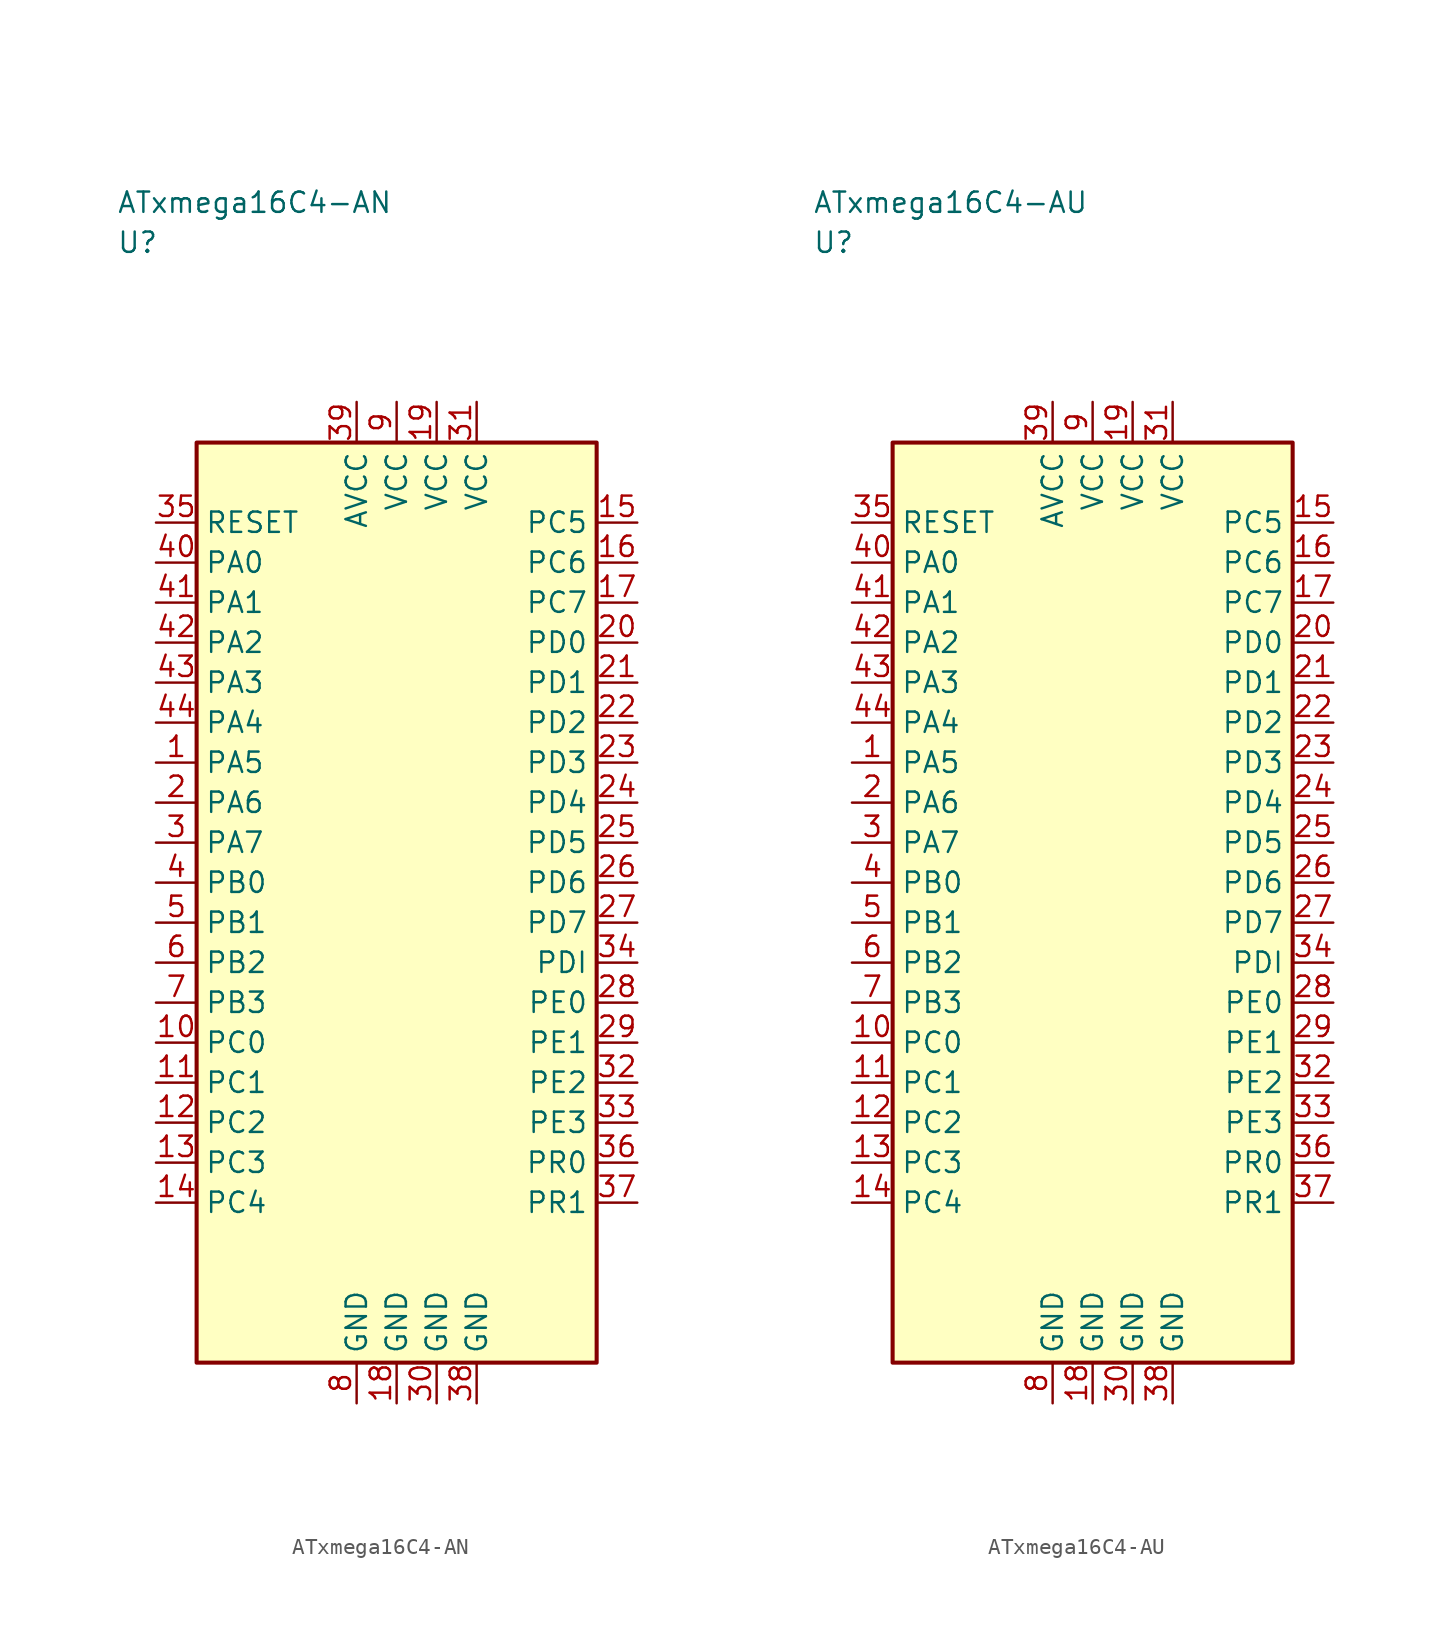
<source format=kicad_sym>
(kicad_symbol_lib
  (version 20241025)
  (generator "kicad_symbol_editor")
  (generator_version "8.0")
  (symbol "ATxmega16C4-AN"
    (property "Reference" "U"
      (at -17.5 41.25 0)
      (effects (font (size 1.27 1.27)) (justify left)))
    (property "Value" "ATxmega16C4-AN"
      (at -17.5 43.75 0)
      (effects (font (size 1.27 1.27)) (justify left)))
    (symbol "ATxmega16C4-AN_0_1"
      (rectangle (start -12.5 28.75) (end 12.5 -28.75) (stroke (width 0.254) (type default)) (fill (type background))))
    (symbol "ATxmega16C4-AN_1_1"
      (pin bidirectional line (at -15.04 8.75 0.0) (length 2.54) (name "PA5" (effects (font (size 1.27 1.27)))) (number "1" (effects (font (size 1.27 1.27)))))
      (pin bidirectional line (at -15.04 6.25 0.0) (length 2.54) (name "PA6" (effects (font (size 1.27 1.27)))) (number "2" (effects (font (size 1.27 1.27)))))
      (pin bidirectional line (at -15.04 3.75 0.0) (length 2.54) (name "PA7" (effects (font (size 1.27 1.27)))) (number "3" (effects (font (size 1.27 1.27)))))
      (pin bidirectional line (at -15.04 1.25 0.0) (length 2.54) (name "PB0" (effects (font (size 1.27 1.27)))) (number "4" (effects (font (size 1.27 1.27)))))
      (pin bidirectional line (at -15.04 -1.25 0.0) (length 2.54) (name "PB1" (effects (font (size 1.27 1.27)))) (number "5" (effects (font (size 1.27 1.27)))))
      (pin bidirectional line (at -15.04 -3.75 0.0) (length 2.54) (name "PB2" (effects (font (size 1.27 1.27)))) (number "6" (effects (font (size 1.27 1.27)))))
      (pin bidirectional line (at -15.04 -6.25 0.0) (length 2.54) (name "PB3" (effects (font (size 1.27 1.27)))) (number "7" (effects (font (size 1.27 1.27)))))
      (pin passive line (at -2.5 -31.29 90.0) (length 2.54) (name "GND" (effects (font (size 1.27 1.27)))) (number "8" (effects (font (size 1.27 1.27)))))
      (pin power_in line (at 0.0 31.29 270.0) (length 2.54) (name "VCC" (effects (font (size 1.27 1.27)))) (number "9" (effects (font (size 1.27 1.27)))))
      (pin bidirectional line (at -15.04 -8.75 0.0) (length 2.54) (name "PC0" (effects (font (size 1.27 1.27)))) (number "10" (effects (font (size 1.27 1.27)))))
      (pin bidirectional line (at -15.04 -11.25 0.0) (length 2.54) (name "PC1" (effects (font (size 1.27 1.27)))) (number "11" (effects (font (size 1.27 1.27)))))
      (pin bidirectional line (at -15.04 -13.75 0.0) (length 2.54) (name "PC2" (effects (font (size 1.27 1.27)))) (number "12" (effects (font (size 1.27 1.27)))))
      (pin bidirectional line (at -15.04 -16.25 0.0) (length 2.54) (name "PC3" (effects (font (size 1.27 1.27)))) (number "13" (effects (font (size 1.27 1.27)))))
      (pin bidirectional line (at -15.04 -18.75 0.0) (length 2.54) (name "PC4" (effects (font (size 1.27 1.27)))) (number "14" (effects (font (size 1.27 1.27)))))
      (pin bidirectional line (at 15.04 23.75 180.0) (length 2.54) (name "PC5" (effects (font (size 1.27 1.27)))) (number "15" (effects (font (size 1.27 1.27)))))
      (pin bidirectional line (at 15.04 21.25 180.0) (length 2.54) (name "PC6" (effects (font (size 1.27 1.27)))) (number "16" (effects (font (size 1.27 1.27)))))
      (pin bidirectional line (at 15.04 18.75 180.0) (length 2.54) (name "PC7" (effects (font (size 1.27 1.27)))) (number "17" (effects (font (size 1.27 1.27)))))
      (pin passive line (at 0.0 -31.29 90.0) (length 2.54) (name "GND" (effects (font (size 1.27 1.27)))) (number "18" (effects (font (size 1.27 1.27)))))
      (pin power_in line (at 2.5 31.29 270.0) (length 2.54) (name "VCC" (effects (font (size 1.27 1.27)))) (number "19" (effects (font (size 1.27 1.27)))))
      (pin bidirectional line (at 15.04 16.25 180.0) (length 2.54) (name "PD0" (effects (font (size 1.27 1.27)))) (number "20" (effects (font (size 1.27 1.27)))))
      (pin bidirectional line (at 15.04 13.75 180.0) (length 2.54) (name "PD1" (effects (font (size 1.27 1.27)))) (number "21" (effects (font (size 1.27 1.27)))))
      (pin bidirectional line (at 15.04 11.25 180.0) (length 2.54) (name "PD2" (effects (font (size 1.27 1.27)))) (number "22" (effects (font (size 1.27 1.27)))))
      (pin bidirectional line (at 15.04 8.75 180.0) (length 2.54) (name "PD3" (effects (font (size 1.27 1.27)))) (number "23" (effects (font (size 1.27 1.27)))))
      (pin bidirectional line (at 15.04 6.25 180.0) (length 2.54) (name "PD4" (effects (font (size 1.27 1.27)))) (number "24" (effects (font (size 1.27 1.27)))))
      (pin bidirectional line (at 15.04 3.75 180.0) (length 2.54) (name "PD5" (effects (font (size 1.27 1.27)))) (number "25" (effects (font (size 1.27 1.27)))))
      (pin bidirectional line (at 15.04 1.25 180.0) (length 2.54) (name "PD6" (effects (font (size 1.27 1.27)))) (number "26" (effects (font (size 1.27 1.27)))))
      (pin bidirectional line (at 15.04 -1.25 180.0) (length 2.54) (name "PD7" (effects (font (size 1.27 1.27)))) (number "27" (effects (font (size 1.27 1.27)))))
      (pin bidirectional line (at 15.04 -6.25 180.0) (length 2.54) (name "PE0" (effects (font (size 1.27 1.27)))) (number "28" (effects (font (size 1.27 1.27)))))
      (pin bidirectional line (at 15.04 -8.75 180.0) (length 2.54) (name "PE1" (effects (font (size 1.27 1.27)))) (number "29" (effects (font (size 1.27 1.27)))))
      (pin passive line (at 2.5 -31.29 90.0) (length 2.54) (name "GND" (effects (font (size 1.27 1.27)))) (number "30" (effects (font (size 1.27 1.27)))))
      (pin power_in line (at 5.0 31.29 270.0) (length 2.54) (name "VCC" (effects (font (size 1.27 1.27)))) (number "31" (effects (font (size 1.27 1.27)))))
      (pin bidirectional line (at 15.04 -11.25 180.0) (length 2.54) (name "PE2" (effects (font (size 1.27 1.27)))) (number "32" (effects (font (size 1.27 1.27)))))
      (pin bidirectional line (at 15.04 -13.75 180.0) (length 2.54) (name "PE3" (effects (font (size 1.27 1.27)))) (number "33" (effects (font (size 1.27 1.27)))))
      (pin bidirectional line (at 15.04 -3.75 180.0) (length 2.54) (name "PDI" (effects (font (size 1.27 1.27)))) (number "34" (effects (font (size 1.27 1.27)))))
      (pin input line (at -15.04 23.75 0.0) (length 2.54) (name "RESET" (effects (font (size 1.27 1.27)))) (number "35" (effects (font (size 1.27 1.27)))))
      (pin bidirectional line (at 15.04 -16.25 180.0) (length 2.54) (name "PR0" (effects (font (size 1.27 1.27)))) (number "36" (effects (font (size 1.27 1.27)))))
      (pin bidirectional line (at 15.04 -18.75 180.0) (length 2.54) (name "PR1" (effects (font (size 1.27 1.27)))) (number "37" (effects (font (size 1.27 1.27)))))
      (pin passive line (at 5.0 -31.29 90.0) (length 2.54) (name "GND" (effects (font (size 1.27 1.27)))) (number "38" (effects (font (size 1.27 1.27)))))
      (pin power_in line (at -2.5 31.29 270.0) (length 2.54) (name "AVCC" (effects (font (size 1.27 1.27)))) (number "39" (effects (font (size 1.27 1.27)))))
      (pin bidirectional line (at -15.04 21.25 0.0) (length 2.54) (name "PA0" (effects (font (size 1.27 1.27)))) (number "40" (effects (font (size 1.27 1.27)))))
      (pin bidirectional line (at -15.04 18.75 0.0) (length 2.54) (name "PA1" (effects (font (size 1.27 1.27)))) (number "41" (effects (font (size 1.27 1.27)))))
      (pin bidirectional line (at -15.04 16.25 0.0) (length 2.54) (name "PA2" (effects (font (size 1.27 1.27)))) (number "42" (effects (font (size 1.27 1.27)))))
      (pin bidirectional line (at -15.04 13.75 0.0) (length 2.54) (name "PA3" (effects (font (size 1.27 1.27)))) (number "43" (effects (font (size 1.27 1.27)))))
      (pin bidirectional line (at -15.04 11.25 0.0) (length 2.54) (name "PA4" (effects (font (size 1.27 1.27)))) (number "44" (effects (font (size 1.27 1.27)))))))
  (symbol "ATxmega16C4-AU"
    (property "Reference" "U"
      (at -17.5 41.25 0)
      (effects (font (size 1.27 1.27)) (justify left)))
    (property "Value" "ATxmega16C4-AU"
      (at -17.5 43.75 0)
      (effects (font (size 1.27 1.27)) (justify left)))
    (symbol "ATxmega16C4-AU_0_1"
      (rectangle (start -12.5 28.75) (end 12.5 -28.75) (stroke (width 0.254) (type default)) (fill (type background))))
    (symbol "ATxmega16C4-AU_1_1"
      (pin bidirectional line (at -15.04 8.75 0.0) (length 2.54) (name "PA5" (effects (font (size 1.27 1.27)))) (number "1" (effects (font (size 1.27 1.27)))))
      (pin bidirectional line (at -15.04 6.25 0.0) (length 2.54) (name "PA6" (effects (font (size 1.27 1.27)))) (number "2" (effects (font (size 1.27 1.27)))))
      (pin bidirectional line (at -15.04 3.75 0.0) (length 2.54) (name "PA7" (effects (font (size 1.27 1.27)))) (number "3" (effects (font (size 1.27 1.27)))))
      (pin bidirectional line (at -15.04 1.25 0.0) (length 2.54) (name "PB0" (effects (font (size 1.27 1.27)))) (number "4" (effects (font (size 1.27 1.27)))))
      (pin bidirectional line (at -15.04 -1.25 0.0) (length 2.54) (name "PB1" (effects (font (size 1.27 1.27)))) (number "5" (effects (font (size 1.27 1.27)))))
      (pin bidirectional line (at -15.04 -3.75 0.0) (length 2.54) (name "PB2" (effects (font (size 1.27 1.27)))) (number "6" (effects (font (size 1.27 1.27)))))
      (pin bidirectional line (at -15.04 -6.25 0.0) (length 2.54) (name "PB3" (effects (font (size 1.27 1.27)))) (number "7" (effects (font (size 1.27 1.27)))))
      (pin passive line (at -2.5 -31.29 90.0) (length 2.54) (name "GND" (effects (font (size 1.27 1.27)))) (number "8" (effects (font (size 1.27 1.27)))))
      (pin power_in line (at 0.0 31.29 270.0) (length 2.54) (name "VCC" (effects (font (size 1.27 1.27)))) (number "9" (effects (font (size 1.27 1.27)))))
      (pin bidirectional line (at -15.04 -8.75 0.0) (length 2.54) (name "PC0" (effects (font (size 1.27 1.27)))) (number "10" (effects (font (size 1.27 1.27)))))
      (pin bidirectional line (at -15.04 -11.25 0.0) (length 2.54) (name "PC1" (effects (font (size 1.27 1.27)))) (number "11" (effects (font (size 1.27 1.27)))))
      (pin bidirectional line (at -15.04 -13.75 0.0) (length 2.54) (name "PC2" (effects (font (size 1.27 1.27)))) (number "12" (effects (font (size 1.27 1.27)))))
      (pin bidirectional line (at -15.04 -16.25 0.0) (length 2.54) (name "PC3" (effects (font (size 1.27 1.27)))) (number "13" (effects (font (size 1.27 1.27)))))
      (pin bidirectional line (at -15.04 -18.75 0.0) (length 2.54) (name "PC4" (effects (font (size 1.27 1.27)))) (number "14" (effects (font (size 1.27 1.27)))))
      (pin bidirectional line (at 15.04 23.75 180.0) (length 2.54) (name "PC5" (effects (font (size 1.27 1.27)))) (number "15" (effects (font (size 1.27 1.27)))))
      (pin bidirectional line (at 15.04 21.25 180.0) (length 2.54) (name "PC6" (effects (font (size 1.27 1.27)))) (number "16" (effects (font (size 1.27 1.27)))))
      (pin bidirectional line (at 15.04 18.75 180.0) (length 2.54) (name "PC7" (effects (font (size 1.27 1.27)))) (number "17" (effects (font (size 1.27 1.27)))))
      (pin passive line (at 0.0 -31.29 90.0) (length 2.54) (name "GND" (effects (font (size 1.27 1.27)))) (number "18" (effects (font (size 1.27 1.27)))))
      (pin power_in line (at 2.5 31.29 270.0) (length 2.54) (name "VCC" (effects (font (size 1.27 1.27)))) (number "19" (effects (font (size 1.27 1.27)))))
      (pin bidirectional line (at 15.04 16.25 180.0) (length 2.54) (name "PD0" (effects (font (size 1.27 1.27)))) (number "20" (effects (font (size 1.27 1.27)))))
      (pin bidirectional line (at 15.04 13.75 180.0) (length 2.54) (name "PD1" (effects (font (size 1.27 1.27)))) (number "21" (effects (font (size 1.27 1.27)))))
      (pin bidirectional line (at 15.04 11.25 180.0) (length 2.54) (name "PD2" (effects (font (size 1.27 1.27)))) (number "22" (effects (font (size 1.27 1.27)))))
      (pin bidirectional line (at 15.04 8.75 180.0) (length 2.54) (name "PD3" (effects (font (size 1.27 1.27)))) (number "23" (effects (font (size 1.27 1.27)))))
      (pin bidirectional line (at 15.04 6.25 180.0) (length 2.54) (name "PD4" (effects (font (size 1.27 1.27)))) (number "24" (effects (font (size 1.27 1.27)))))
      (pin bidirectional line (at 15.04 3.75 180.0) (length 2.54) (name "PD5" (effects (font (size 1.27 1.27)))) (number "25" (effects (font (size 1.27 1.27)))))
      (pin bidirectional line (at 15.04 1.25 180.0) (length 2.54) (name "PD6" (effects (font (size 1.27 1.27)))) (number "26" (effects (font (size 1.27 1.27)))))
      (pin bidirectional line (at 15.04 -1.25 180.0) (length 2.54) (name "PD7" (effects (font (size 1.27 1.27)))) (number "27" (effects (font (size 1.27 1.27)))))
      (pin bidirectional line (at 15.04 -6.25 180.0) (length 2.54) (name "PE0" (effects (font (size 1.27 1.27)))) (number "28" (effects (font (size 1.27 1.27)))))
      (pin bidirectional line (at 15.04 -8.75 180.0) (length 2.54) (name "PE1" (effects (font (size 1.27 1.27)))) (number "29" (effects (font (size 1.27 1.27)))))
      (pin passive line (at 2.5 -31.29 90.0) (length 2.54) (name "GND" (effects (font (size 1.27 1.27)))) (number "30" (effects (font (size 1.27 1.27)))))
      (pin power_in line (at 5.0 31.29 270.0) (length 2.54) (name "VCC" (effects (font (size 1.27 1.27)))) (number "31" (effects (font (size 1.27 1.27)))))
      (pin bidirectional line (at 15.04 -11.25 180.0) (length 2.54) (name "PE2" (effects (font (size 1.27 1.27)))) (number "32" (effects (font (size 1.27 1.27)))))
      (pin bidirectional line (at 15.04 -13.75 180.0) (length 2.54) (name "PE3" (effects (font (size 1.27 1.27)))) (number "33" (effects (font (size 1.27 1.27)))))
      (pin bidirectional line (at 15.04 -3.75 180.0) (length 2.54) (name "PDI" (effects (font (size 1.27 1.27)))) (number "34" (effects (font (size 1.27 1.27)))))
      (pin input line (at -15.04 23.75 0.0) (length 2.54) (name "RESET" (effects (font (size 1.27 1.27)))) (number "35" (effects (font (size 1.27 1.27)))))
      (pin bidirectional line (at 15.04 -16.25 180.0) (length 2.54) (name "PR0" (effects (font (size 1.27 1.27)))) (number "36" (effects (font (size 1.27 1.27)))))
      (pin bidirectional line (at 15.04 -18.75 180.0) (length 2.54) (name "PR1" (effects (font (size 1.27 1.27)))) (number "37" (effects (font (size 1.27 1.27)))))
      (pin passive line (at 5.0 -31.29 90.0) (length 2.54) (name "GND" (effects (font (size 1.27 1.27)))) (number "38" (effects (font (size 1.27 1.27)))))
      (pin power_in line (at -2.5 31.29 270.0) (length 2.54) (name "AVCC" (effects (font (size 1.27 1.27)))) (number "39" (effects (font (size 1.27 1.27)))))
      (pin bidirectional line (at -15.04 21.25 0.0) (length 2.54) (name "PA0" (effects (font (size 1.27 1.27)))) (number "40" (effects (font (size 1.27 1.27)))))
      (pin bidirectional line (at -15.04 18.75 0.0) (length 2.54) (name "PA1" (effects (font (size 1.27 1.27)))) (number "41" (effects (font (size 1.27 1.27)))))
      (pin bidirectional line (at -15.04 16.25 0.0) (length 2.54) (name "PA2" (effects (font (size 1.27 1.27)))) (number "42" (effects (font (size 1.27 1.27)))))
      (pin bidirectional line (at -15.04 13.75 0.0) (length 2.54) (name "PA3" (effects (font (size 1.27 1.27)))) (number "43" (effects (font (size 1.27 1.27)))))
      (pin bidirectional line (at -15.04 11.25 0.0) (length 2.54) (name "PA4" (effects (font (size 1.27 1.27)))) (number "44" (effects (font (size 1.27 1.27))))))))
</source>
